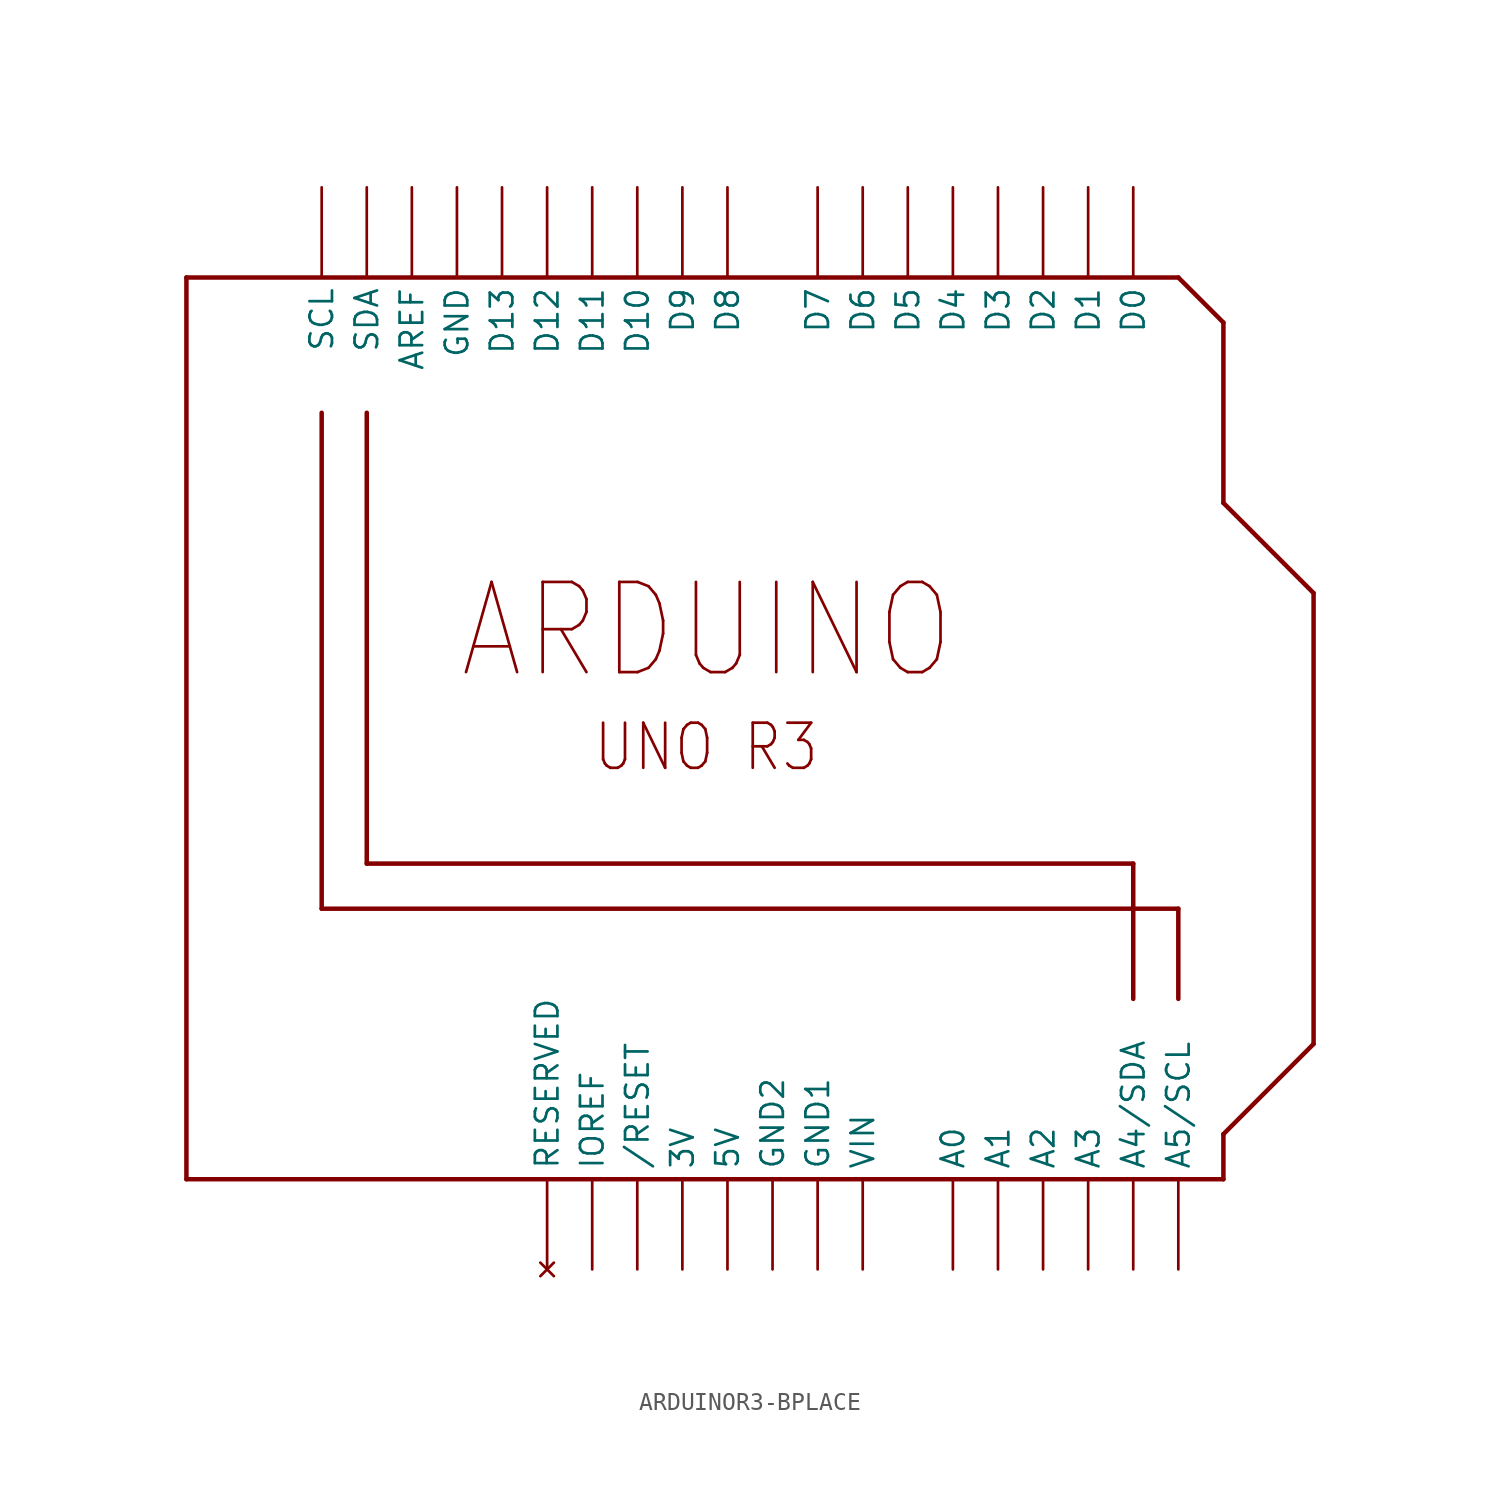
<source format=kicad_sym>
(kicad_symbol_lib
  (version 20211014)
  (generator kicad_symbol_editor)
  (symbol "ARDUINOR3-BPLACE"
    (property "Reference" "U"
      (at 0 0 0)
      (effects (font (size 1.27 1.27)) hide))
    (property "ki_locked" ""
      (at 0 0 0)
      (effects (font (size 1.27 1.27))))
    (symbol "ARDUINOR3-BPLACE_1_0"
      (polyline (pts (xy -33.02 -25.4) (xy 25.4 -25.4)) (stroke (width 0.254) (type default) (color 0 0 0 0)) (fill (type none)))
      (polyline (pts (xy -33.02 25.4) (xy -33.02 -25.4)) (stroke (width 0.254) (type default) (color 0 0 0 0)) (fill (type none)))
      (polyline (pts (xy -25.4 -10.16) (xy 22.86 -10.16)) (stroke (width 0.254) (type default) (color 0 0 0 0)) (fill (type none)))
      (polyline (pts (xy -25.4 17.78) (xy -25.4 -10.16)) (stroke (width 0.254) (type default) (color 0 0 0 0)) (fill (type none)))
      (polyline (pts (xy -22.86 -7.62) (xy 20.32 -7.62)) (stroke (width 0.254) (type default) (color 0 0 0 0)) (fill (type none)))
      (polyline (pts (xy -22.86 17.78) (xy -22.86 -7.62)) (stroke (width 0.254) (type default) (color 0 0 0 0)) (fill (type none)))
      (polyline (pts (xy 20.32 -7.62) (xy 20.32 -15.24)) (stroke (width 0.254) (type default) (color 0 0 0 0)) (fill (type none)))
      (polyline (pts (xy 22.86 -10.16) (xy 22.86 -15.24)) (stroke (width 0.254) (type default) (color 0 0 0 0)) (fill (type none)))
      (polyline (pts (xy 22.86 25.4) (xy -33.02 25.4)) (stroke (width 0.254) (type default) (color 0 0 0 0)) (fill (type none)))
      (polyline (pts (xy 25.4 -25.4) (xy 25.4 -22.86)) (stroke (width 0.254) (type default) (color 0 0 0 0)) (fill (type none)))
      (polyline (pts (xy 25.4 -22.86) (xy 30.48 -17.78)) (stroke (width 0.254) (type default) (color 0 0 0 0)) (fill (type none)))
      (polyline (pts (xy 25.4 12.7) (xy 25.4 22.86)) (stroke (width 0.254) (type default) (color 0 0 0 0)) (fill (type none)))
      (polyline (pts (xy 25.4 22.86) (xy 22.86 25.4)) (stroke (width 0.254) (type default) (color 0 0 0 0)) (fill (type none)))
      (polyline (pts (xy 30.48 -17.78) (xy 30.48 7.62)) (stroke (width 0.254) (type default) (color 0 0 0 0)) (fill (type none)))
      (polyline (pts (xy 30.48 7.62) (xy 25.4 12.7)) (stroke (width 0.254) (type default) (color 0 0 0 0)) (fill (type none)))
      (text "ARDUINO" (at -17.78 2.54 0) (effects (font (size 5.08 4.318)) (justify left bottom)))
      (text "UNO R3" (at -10.16 -2.54 0) (effects (font (size 2.54 2.159)) (justify left bottom)))
      (pin power_in line (at -5.08 -30.48 90) (length 5.08) (name "3V" (effects (font (size 1.27 1.27)))) (number "3V" (effects (font (size 0 0)))))
      (pin power_in line (at -2.54 -30.48 90) (length 5.08) (name "5V" (effects (font (size 1.27 1.27)))) (number "5V" (effects (font (size 0 0)))))
      (pin bidirectional line (at 10.16 -30.48 90) (length 5.08) (name "A0" (effects (font (size 1.27 1.27)))) (number "A0" (effects (font (size 0 0)))))
      (pin bidirectional line (at 12.7 -30.48 90) (length 5.08) (name "A1" (effects (font (size 1.27 1.27)))) (number "A1" (effects (font (size 0 0)))))
      (pin bidirectional line (at 15.24 -30.48 90) (length 5.08) (name "A2" (effects (font (size 1.27 1.27)))) (number "A2" (effects (font (size 0 0)))))
      (pin bidirectional line (at 17.78 -30.48 90) (length 5.08) (name "A3" (effects (font (size 1.27 1.27)))) (number "A3" (effects (font (size 0 0)))))
      (pin bidirectional line (at 20.32 -30.48 90) (length 5.08) (name "A4/SDA" (effects (font (size 1.27 1.27)))) (number "A4" (effects (font (size 0 0)))))
      (pin bidirectional line (at 22.86 -30.48 90) (length 5.08) (name "A5/SCL" (effects (font (size 1.27 1.27)))) (number "A5" (effects (font (size 0 0)))))
      (pin bidirectional line (at -20.32 30.48 270) (length 5.08) (name "AREF" (effects (font (size 1.27 1.27)))) (number "AREF" (effects (font (size 0 0)))))
      (pin bidirectional line (at 20.32 30.48 270) (length 5.08) (name "D0" (effects (font (size 1.27 1.27)))) (number "D0" (effects (font (size 0 0)))))
      (pin bidirectional line (at 17.78 30.48 270) (length 5.08) (name "D1" (effects (font (size 1.27 1.27)))) (number "D1" (effects (font (size 0 0)))))
      (pin bidirectional line (at -7.62 30.48 270) (length 5.08) (name "D10" (effects (font (size 1.27 1.27)))) (number "D10" (effects (font (size 0 0)))))
      (pin bidirectional line (at -10.16 30.48 270) (length 5.08) (name "D11" (effects (font (size 1.27 1.27)))) (number "D11" (effects (font (size 0 0)))))
      (pin bidirectional line (at -12.7 30.48 270) (length 5.08) (name "D12" (effects (font (size 1.27 1.27)))) (number "D12" (effects (font (size 0 0)))))
      (pin bidirectional line (at -15.24 30.48 270) (length 5.08) (name "D13" (effects (font (size 1.27 1.27)))) (number "D13" (effects (font (size 0 0)))))
      (pin bidirectional line (at 15.24 30.48 270) (length 5.08) (name "D2" (effects (font (size 1.27 1.27)))) (number "D2" (effects (font (size 0 0)))))
      (pin bidirectional line (at 12.7 30.48 270) (length 5.08) (name "D3" (effects (font (size 1.27 1.27)))) (number "D3" (effects (font (size 0 0)))))
      (pin bidirectional line (at 10.16 30.48 270) (length 5.08) (name "D4" (effects (font (size 1.27 1.27)))) (number "D4" (effects (font (size 0 0)))))
      (pin bidirectional line (at 7.62 30.48 270) (length 5.08) (name "D5" (effects (font (size 1.27 1.27)))) (number "D5" (effects (font (size 0 0)))))
      (pin bidirectional line (at 5.08 30.48 270) (length 5.08) (name "D6" (effects (font (size 1.27 1.27)))) (number "D6" (effects (font (size 0 0)))))
      (pin bidirectional line (at 2.54 30.48 270) (length 5.08) (name "D7" (effects (font (size 1.27 1.27)))) (number "D7" (effects (font (size 0 0)))))
      (pin bidirectional line (at -2.54 30.48 270) (length 5.08) (name "D8" (effects (font (size 1.27 1.27)))) (number "D8" (effects (font (size 0 0)))))
      (pin bidirectional line (at -5.08 30.48 270) (length 5.08) (name "D9" (effects (font (size 1.27 1.27)))) (number "D9" (effects (font (size 0 0)))))
      (pin power_in line (at -17.78 30.48 270) (length 5.08) (name "GND" (effects (font (size 1.27 1.27)))) (number "GND" (effects (font (size 0 0)))))
      (pin power_in line (at 2.54 -30.48 90) (length 5.08) (name "GND1" (effects (font (size 1.27 1.27)))) (number "GND1" (effects (font (size 0 0)))))
      (pin power_in line (at 0 -30.48 90) (length 5.08) (name "GND2" (effects (font (size 1.27 1.27)))) (number "GND2" (effects (font (size 0 0)))))
      (pin output line (at -10.16 -30.48 90) (length 5.08) (name "IOREF" (effects (font (size 1.27 1.27)))) (number "IOREF" (effects (font (size 0 0)))))
      (pin no_connect line (at -12.7 -30.48 90) (length 5.08) (name "RESERVED" (effects (font (size 1.27 1.27)))) (number "RESERVED" (effects (font (size 0 0)))))
      (pin bidirectional line (at -7.62 -30.48 90) (length 5.08) (name "/RESET" (effects (font (size 1.27 1.27)))) (number "RESET" (effects (font (size 0 0)))))
      (pin bidirectional line (at -25.4 30.48 270) (length 5.08) (name "SCL" (effects (font (size 1.27 1.27)))) (number "SCL" (effects (font (size 0 0)))))
      (pin bidirectional line (at -22.86 30.48 270) (length 5.08) (name "SDA" (effects (font (size 1.27 1.27)))) (number "SDA" (effects (font (size 0 0)))))
      (pin power_in line (at 5.08 -30.48 90) (length 5.08) (name "VIN" (effects (font (size 1.27 1.27)))) (number "VIN" (effects (font (size 0 0))))))))
</source>
